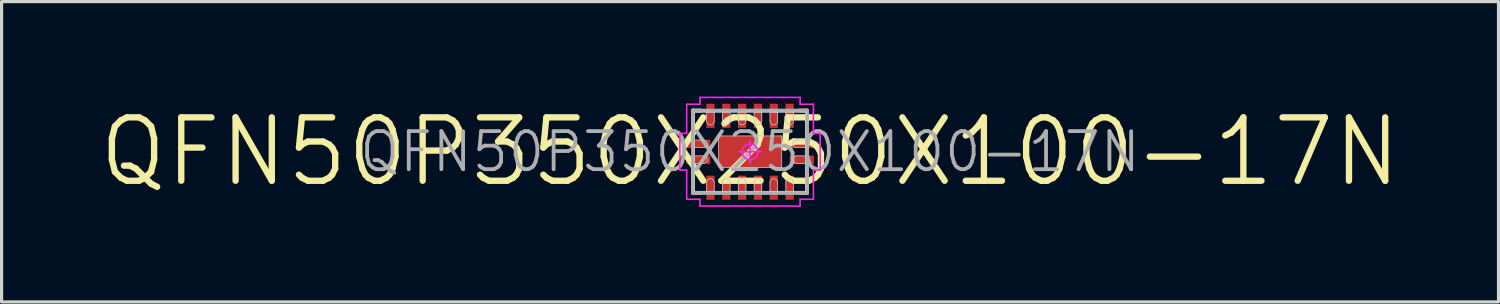
<source format=kicad_pcb>
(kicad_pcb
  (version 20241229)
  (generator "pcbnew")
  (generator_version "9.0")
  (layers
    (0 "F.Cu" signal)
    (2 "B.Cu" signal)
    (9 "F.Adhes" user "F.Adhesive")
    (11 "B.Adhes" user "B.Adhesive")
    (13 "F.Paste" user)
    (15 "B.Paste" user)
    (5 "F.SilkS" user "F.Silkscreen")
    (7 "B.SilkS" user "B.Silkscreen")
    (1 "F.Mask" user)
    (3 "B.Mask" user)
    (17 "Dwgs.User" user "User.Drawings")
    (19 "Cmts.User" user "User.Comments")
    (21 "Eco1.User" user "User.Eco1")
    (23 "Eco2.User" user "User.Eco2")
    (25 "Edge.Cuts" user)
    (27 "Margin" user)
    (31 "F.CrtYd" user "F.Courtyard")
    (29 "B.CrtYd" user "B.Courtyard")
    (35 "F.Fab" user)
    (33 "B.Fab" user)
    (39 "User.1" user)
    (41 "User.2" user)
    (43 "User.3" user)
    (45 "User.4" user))
  (footprint "QFN50P350X250X100-17N"
    (layer "F.Cu")
    (at 20.624 1.74)
    (property "Reference" "QFN50P350X250X100-17N" (at 0 0 0) (layer "F.Fab") (effects (font (size 1.2 1.2) (thickness 0.12))))
    (attr smd)
    (fp_line (start -1.8 -1.3) (end -1.8 -0.56) (stroke (width 0.12) (type solid)) (layer "F.SilkS"))
    (fp_line (start -1.8 1.3) (end -1.8 0.56) (stroke (width 0.12) (type solid)) (layer "F.SilkS"))
    (fp_line (start -1.56 -1.3) (end -1.8 -1.3) (stroke (width 0.12) (type solid)) (layer "F.SilkS"))
    (fp_line (start -1.56 1.3) (end -1.8 1.3) (stroke (width 0.12) (type solid)) (layer "F.SilkS"))
    (fp_line (start 1.56 -1.3) (end 1.8 -1.3) (stroke (width 0.12) (type solid)) (layer "F.SilkS"))
    (fp_line (start 1.56 1.3) (end 1.8 1.3) (stroke (width 0.12) (type solid)) (layer "F.SilkS"))
    (fp_line (start 1.8 -1.3) (end 1.8 -0.56) (stroke (width 0.12) (type solid)) (layer "F.SilkS"))
    (fp_line (start 1.8 1.3) (end 1.8 0.56) (stroke (width 0.12) (type solid)) (layer "F.SilkS"))
    (fp_line (start -1.75 -1.25) (end 1.75 -1.25) (stroke (width 0.025) (type solid)) (layer "Dwgs.User"))
    (fp_line (start -1.75 -0.37) (end -1.75 -0.13) (stroke (width 0.025) (type solid)) (layer "Dwgs.User"))
    (fp_line (start -1.75 -0.13) (end -1.47 -0.13) (stroke (width 0.025) (type solid)) (layer "Dwgs.User"))
    (fp_line (start -1.75 0.13) (end -1.75 0.37) (stroke (width 0.025) (type solid)) (layer "Dwgs.User"))
    (fp_line (start -1.75 0.37) (end -1.47 0.37) (stroke (width 0.025) (type solid)) (layer "Dwgs.User"))
    (fp_line (start -1.75 1.25) (end -1.75 -1.25) (stroke (width 0.025) (type solid)) (layer "Dwgs.User"))
    (fp_line (start -1.47 -0.37) (end -1.75 -0.37) (stroke (width 0.025) (type solid)) (layer "Dwgs.User"))
    (fp_line (start -1.47 0.13) (end -1.75 0.13) (stroke (width 0.025) (type solid)) (layer "Dwgs.User"))
    (fp_line (start -1.37 -1.25) (end -1.37 -0.97) (stroke (width 0.025) (type solid)) (layer "Dwgs.User"))
    (fp_line (start -1.37 0.97) (end -1.37 1.25) (stroke (width 0.025) (type solid)) (layer "Dwgs.User"))
    (fp_line (start -1.37 1.25) (end -1.13 1.25) (stroke (width 0.025) (type solid)) (layer "Dwgs.User"))
    (fp_line (start -1.13 -1.25) (end -1.37 -1.25) (stroke (width 0.025) (type solid)) (layer "Dwgs.User"))
    (fp_line (start -1.13 -0.97) (end -1.13 -1.25) (stroke (width 0.025) (type solid)) (layer "Dwgs.User"))
    (fp_line (start -1.13 1.25) (end -1.13 0.97) (stroke (width 0.025) (type solid)) (layer "Dwgs.User"))
    (fp_line (start -1 -0.5) (end -1 0.4) (stroke (width 0.025) (type solid)) (layer "Dwgs.User"))
    (fp_line (start -1 0.4) (end -0.9 0.5) (stroke (width 0.025) (type solid)) (layer "Dwgs.User"))
    (fp_line (start -0.9 0.5) (end 1 0.5) (stroke (width 0.025) (type solid)) (layer "Dwgs.User"))
    (fp_line (start -0.87 -1.25) (end -0.87 -0.97) (stroke (width 0.025) (type solid)) (layer "Dwgs.User"))
    (fp_line (start -0.87 0.97) (end -0.87 1.25) (stroke (width 0.025) (type solid)) (layer "Dwgs.User"))
    (fp_line (start -0.87 1.25) (end -0.63 1.25) (stroke (width 0.025) (type solid)) (layer "Dwgs.User"))
    (fp_line (start -0.63 -1.25) (end -0.87 -1.25) (stroke (width 0.025) (type solid)) (layer "Dwgs.User"))
    (fp_line (start -0.63 -0.97) (end -0.63 -1.25) (stroke (width 0.025) (type solid)) (layer "Dwgs.User"))
    (fp_line (start -0.63 1.25) (end -0.63 0.97) (stroke (width 0.025) (type solid)) (layer "Dwgs.User"))
    (fp_line (start -0.37 -1.25) (end -0.37 -0.97) (stroke (width 0.025) (type solid)) (layer "Dwgs.User"))
    (fp_line (start -0.37 0.97) (end -0.37 1.25) (stroke (width 0.025) (type solid)) (layer "Dwgs.User"))
    (fp_line (start -0.37 1.25) (end -0.13 1.25) (stroke (width 0.025) (type solid)) (layer "Dwgs.User"))
    (fp_line (start -0.13 -1.25) (end -0.37 -1.25) (stroke (width 0.025) (type solid)) (layer "Dwgs.User"))
    (fp_line (start -0.13 -0.97) (end -0.13 -1.25) (stroke (width 0.025) (type solid)) (layer "Dwgs.User"))
    (fp_line (start -0.13 1.25) (end -0.13 0.97) (stroke (width 0.025) (type solid)) (layer "Dwgs.User"))
    (fp_line (start 0.13 -1.25) (end 0.13 -0.97) (stroke (width 0.025) (type solid)) (layer "Dwgs.User"))
    (fp_line (start 0.13 0.97) (end 0.13 1.25) (stroke (width 0.025) (type solid)) (layer "Dwgs.User"))
    (fp_line (start 0.13 1.25) (end 0.37 1.25) (stroke (width 0.025) (type solid)) (layer "Dwgs.User"))
    (fp_line (start 0.37 -1.25) (end 0.13 -1.25) (stroke (width 0.025) (type solid)) (layer "Dwgs.User"))
    (fp_line (start 0.37 -0.97) (end 0.37 -1.25) (stroke (width 0.025) (type solid)) (layer "Dwgs.User"))
    (fp_line (start 0.37 1.25) (end 0.37 0.97) (stroke (width 0.025) (type solid)) (layer "Dwgs.User"))
    (fp_line (start 0.63 -1.25) (end 0.63 -0.97) (stroke (width 0.025) (type solid)) (layer "Dwgs.User"))
    (fp_line (start 0.63 0.97) (end 0.63 1.25) (stroke (width 0.025) (type solid)) (layer "Dwgs.User"))
    (fp_line (start 0.63 1.25) (end 0.87 1.25) (stroke (width 0.025) (type solid)) (layer "Dwgs.User"))
    (fp_line (start 0.87 -1.25) (end 0.63 -1.25) (stroke (width 0.025) (type solid)) (layer "Dwgs.User"))
    (fp_line (start 0.87 -0.97) (end 0.87 -1.25) (stroke (width 0.025) (type solid)) (layer "Dwgs.User"))
    (fp_line (start 0.87 1.25) (end 0.87 0.97) (stroke (width 0.025) (type solid)) (layer "Dwgs.User"))
    (fp_line (start 1 -0.5) (end -1 -0.5) (stroke (width 0.025) (type solid)) (layer "Dwgs.User"))
    (fp_line (start 1 0.5) (end 1 -0.5) (stroke (width 0.025) (type solid)) (layer "Dwgs.User"))
    (fp_line (start 1.13 -1.25) (end 1.13 -0.97) (stroke (width 0.025) (type solid)) (layer "Dwgs.User"))
    (fp_line (start 1.13 0.97) (end 1.13 1.25) (stroke (width 0.025) (type solid)) (layer "Dwgs.User"))
    (fp_line (start 1.13 1.25) (end 1.37 1.25) (stroke (width 0.025) (type solid)) (layer "Dwgs.User"))
    (fp_line (start 1.37 -1.25) (end 1.13 -1.25) (stroke (width 0.025) (type solid)) (layer "Dwgs.User"))
    (fp_line (start 1.37 -0.97) (end 1.37 -1.25) (stroke (width 0.025) (type solid)) (layer "Dwgs.User"))
    (fp_line (start 1.37 1.25) (end 1.37 0.97) (stroke (width 0.025) (type solid)) (layer "Dwgs.User"))
    (fp_line (start 1.47 -0.13) (end 1.75 -0.13) (stroke (width 0.025) (type solid)) (layer "Dwgs.User"))
    (fp_line (start 1.47 0.37) (end 1.75 0.37) (stroke (width 0.025) (type solid)) (layer "Dwgs.User"))
    (fp_line (start 1.75 -1.25) (end 1.75 1.25) (stroke (width 0.025) (type solid)) (layer "Dwgs.User"))
    (fp_line (start 1.75 -0.37) (end 1.47 -0.37) (stroke (width 0.025) (type solid)) (layer "Dwgs.User"))
    (fp_line (start 1.75 -0.13) (end 1.75 -0.37) (stroke (width 0.025) (type solid)) (layer "Dwgs.User"))
    (fp_line (start 1.75 0.13) (end 1.47 0.13) (stroke (width 0.025) (type solid)) (layer "Dwgs.User"))
    (fp_line (start 1.75 0.37) (end 1.75 0.13) (stroke (width 0.025) (type solid)) (layer "Dwgs.User"))
    (fp_line (start 1.75 1.25) (end -1.75 1.25) (stroke (width 0.025) (type solid)) (layer "Dwgs.User"))
    (fp_arc (start -1.47 -0.37) (mid -1.35 -0.25) (end -1.47 -0.13) (stroke (width 0.025) (type solid)) (layer "Dwgs.User"))
    (fp_arc (start -1.47 0.13) (mid -1.35 0.25) (end -1.47 0.37) (stroke (width 0.025) (type solid)) (layer "Dwgs.User"))
    (fp_arc (start -1.37 0.97) (mid -1.25 0.85) (end -1.13 0.97) (stroke (width 0.025) (type solid)) (layer "Dwgs.User"))
    (fp_arc (start -1.13 -0.97) (mid -1.25 -0.85) (end -1.37 -0.97) (stroke (width 0.025) (type solid)) (layer "Dwgs.User"))
    (fp_arc (start -0.87 0.97) (mid -0.75 0.85) (end -0.63 0.97) (stroke (width 0.025) (type solid)) (layer "Dwgs.User"))
    (fp_arc (start -0.63 -0.97) (mid -0.75 -0.85) (end -0.87 -0.97) (stroke (width 0.025) (type solid)) (layer "Dwgs.User"))
    (fp_arc (start -0.37 0.97) (mid -0.25 0.85) (end -0.13 0.97) (stroke (width 0.025) (type solid)) (layer "Dwgs.User"))
    (fp_arc (start -0.13 -0.97) (mid -0.25 -0.85) (end -0.37 -0.97) (stroke (width 0.025) (type solid)) (layer "Dwgs.User"))
    (fp_arc (start 0.13 0.97) (mid 0.25 0.85) (end 0.37 0.97) (stroke (width 0.025) (type solid)) (layer "Dwgs.User"))
    (fp_arc (start 0.37 -0.97) (mid 0.25 -0.85) (end 0.13 -0.97) (stroke (width 0.025) (type solid)) (layer "Dwgs.User"))
    (fp_arc (start 0.63 0.97) (mid 0.75 0.85) (end 0.87 0.97) (stroke (width 0.025) (type solid)) (layer "Dwgs.User"))
    (fp_arc (start 0.87 -0.97) (mid 0.75 -0.85) (end 0.63 -0.97) (stroke (width 0.025) (type solid)) (layer "Dwgs.User"))
    (fp_arc (start 1.13 0.97) (mid 1.25 0.85) (end 1.37 0.97) (stroke (width 0.025) (type solid)) (layer "Dwgs.User"))
    (fp_arc (start 1.37 -0.97) (mid 1.25 -0.85) (end 1.13 -0.97) (stroke (width 0.025) (type solid)) (layer "Dwgs.User"))
    (fp_arc (start 1.47 -0.13) (mid 1.35 -0.25) (end 1.47 -0.37) (stroke (width 0.025) (type solid)) (layer "Dwgs.User"))
    (fp_arc (start 1.47 0.37) (mid 1.35 0.25) (end 1.47 0.13) (stroke (width 0.025) (type solid)) (layer "Dwgs.User"))
    (fp_line (start -2.215 -0.58) (end -2.215 0.58) (stroke (width 0.05) (type solid)) (layer "F.CrtYd"))
    (fp_line (start -2.215 0.58) (end -2 0.58) (stroke (width 0.05) (type solid)) (layer "F.CrtYd"))
    (fp_line (start -2 -1.5) (end -2 -0.58) (stroke (width 0.05) (type solid)) (layer "F.CrtYd"))
    (fp_line (start -2 -0.58) (end -2.215 -0.58) (stroke (width 0.05) (type solid)) (layer "F.CrtYd"))
    (fp_line (start -2 0.58) (end -2 1.5) (stroke (width 0.05) (type solid)) (layer "F.CrtYd"))
    (fp_line (start -2 1.5) (end -1.58 1.5) (stroke (width 0.05) (type solid)) (layer "F.CrtYd"))
    (fp_line (start -1.58 -1.715) (end -1.58 -1.5) (stroke (width 0.05) (type solid)) (layer "F.CrtYd"))
    (fp_line (start -1.58 -1.5) (end -2 -1.5) (stroke (width 0.05) (type solid)) (layer "F.CrtYd"))
    (fp_line (start -1.58 1.5) (end -1.58 1.715) (stroke (width 0.05) (type solid)) (layer "F.CrtYd"))
    (fp_line (start -1.58 1.715) (end 1.58 1.715) (stroke (width 0.05) (type solid)) (layer "F.CrtYd"))
    (fp_line (start -0.35 0) (end 0.35 0) (stroke (width 0.05) (type solid)) (layer "F.CrtYd"))
    (fp_line (start 0 -0.35) (end 0 0.35) (stroke (width 0.05) (type solid)) (layer "F.CrtYd"))
    (fp_line (start 1.58 -1.715) (end -1.58 -1.715) (stroke (width 0.05) (type solid)) (layer "F.CrtYd"))
    (fp_line (start 1.58 -1.5) (end 1.58 -1.715) (stroke (width 0.05) (type solid)) (layer "F.CrtYd"))
    (fp_line (start 1.58 1.5) (end 2 1.5) (stroke (width 0.05) (type solid)) (layer "F.CrtYd"))
    (fp_line (start 1.58 1.715) (end 1.58 1.5) (stroke (width 0.05) (type solid)) (layer "F.CrtYd"))
    (fp_line (start 2 -1.5) (end 1.58 -1.5) (stroke (width 0.05) (type solid)) (layer "F.CrtYd"))
    (fp_line (start 2 -0.58) (end 2 -1.5) (stroke (width 0.05) (type solid)) (layer "F.CrtYd"))
    (fp_line (start 2 0.58) (end 2.215 0.58) (stroke (width 0.05) (type solid)) (layer "F.CrtYd"))
    (fp_line (start 2 1.5) (end 2 0.58) (stroke (width 0.05) (type solid)) (layer "F.CrtYd"))
    (fp_line (start 2.215 -0.58) (end 2 -0.58) (stroke (width 0.05) (type solid)) (layer "F.CrtYd"))
    (fp_line (start 2.215 0.58) (end 2.215 -0.58) (stroke (width 0.05) (type solid)) (layer "F.CrtYd"))
    (fp_circle (center 0 0) (end 0 0.25) (stroke (width 0.05) (type solid)) (fill no) (layer "F.CrtYd"))
    (fp_line (start -1.8 -1.3) (end 1.8 -1.3) (stroke (width 0.12) (type solid)) (layer "F.Fab"))
    (fp_line (start -1.8 1.3) (end -1.8 -1.3) (stroke (width 0.12) (type solid)) (layer "F.Fab"))
    (fp_line (start 1.8 -1.3) (end 1.8 1.3) (stroke (width 0.12) (type solid)) (layer "F.Fab"))
    (fp_line (start 1.8 1.3) (end -1.8 1.3) (stroke (width 0.12) (type solid)) (layer "F.Fab"))
    (fp_text user "${REFERENCE}" (at 0 0 0) (layer "F.SilkS") (effects (font (size 2 2) (thickness 0.2))))
    (pad "" smd rect (at -0.47 0 90) (size 0.62 0.81) (layers "F.Paste"))
    (pad "" smd rect (at 0.47 0 90) (size 0.62 0.81) (layers "F.Paste"))
    (pad "1" smd rect (at -1.25 1.135 90) (size 0.76 0.26) (layers "F.Cu" "F.Mask" "F.Paste"))
    (pad "2" smd rect (at -0.75 1.135 90) (size 0.76 0.26) (layers "F.Cu" "F.Mask" "F.Paste"))
    (pad "3" smd rect (at -0.25 1.135 90) (size 0.76 0.26) (layers "F.Cu" "F.Mask" "F.Paste"))
    (pad "4" smd rect (at 0.25 1.135 90) (size 0.76 0.26) (layers "F.Cu" "F.Mask" "F.Paste"))
    (pad "5" smd rect (at 0.75 1.135 90) (size 0.76 0.26) (layers "F.Cu" "F.Mask" "F.Paste"))
    (pad "6" smd rect (at 1.25 1.135 90) (size 0.76 0.26) (layers "F.Cu" "F.Mask" "F.Paste"))
    (pad "7" smd rect (at 1.635 0.25) (size 0.76 0.26) (layers "F.Cu" "F.Mask" "F.Paste"))
    (pad "8" smd rect (at 1.635 -0.25) (size 0.76 0.26) (layers "F.Cu" "F.Mask" "F.Paste"))
    (pad "9" smd rect (at 1.25 -1.135 90) (size 0.76 0.26) (layers "F.Cu" "F.Mask" "F.Paste"))
    (pad "10" smd rect (at 0.75 -1.135 90) (size 0.76 0.26) (layers "F.Cu" "F.Mask" "F.Paste"))
    (pad "11" smd rect (at 0.25 -1.135 90) (size 0.76 0.26) (layers "F.Cu" "F.Mask" "F.Paste"))
    (pad "12" smd rect (at -0.25 -1.135 90) (size 0.76 0.26) (layers "F.Cu" "F.Mask" "F.Paste"))
    (pad "13" smd rect (at -0.75 -1.135 90) (size 0.76 0.26) (layers "F.Cu" "F.Mask" "F.Paste"))
    (pad "14" smd rect (at -1.25 -1.135 90) (size 0.76 0.26) (layers "F.Cu" "F.Mask" "F.Paste"))
    (pad "15" smd rect (at -1.635 -0.25) (size 0.76 0.26) (layers "F.Cu" "F.Mask" "F.Paste"))
    (pad "16" smd rect (at -1.635 0.25) (size 0.76 0.26) (layers "F.Cu" "F.Mask" "F.Paste"))
    (pad "17" smd rect (at 0 0 90) (size 1 2) (layers "F.Cu" "F.Mask")))
  (gr_rect
    (start -3 -3)
    (end 44.248 6.48)
    (stroke (width 0.1) (type default))
    (fill no)
    (layer "Edge.Cuts")))
</source>
